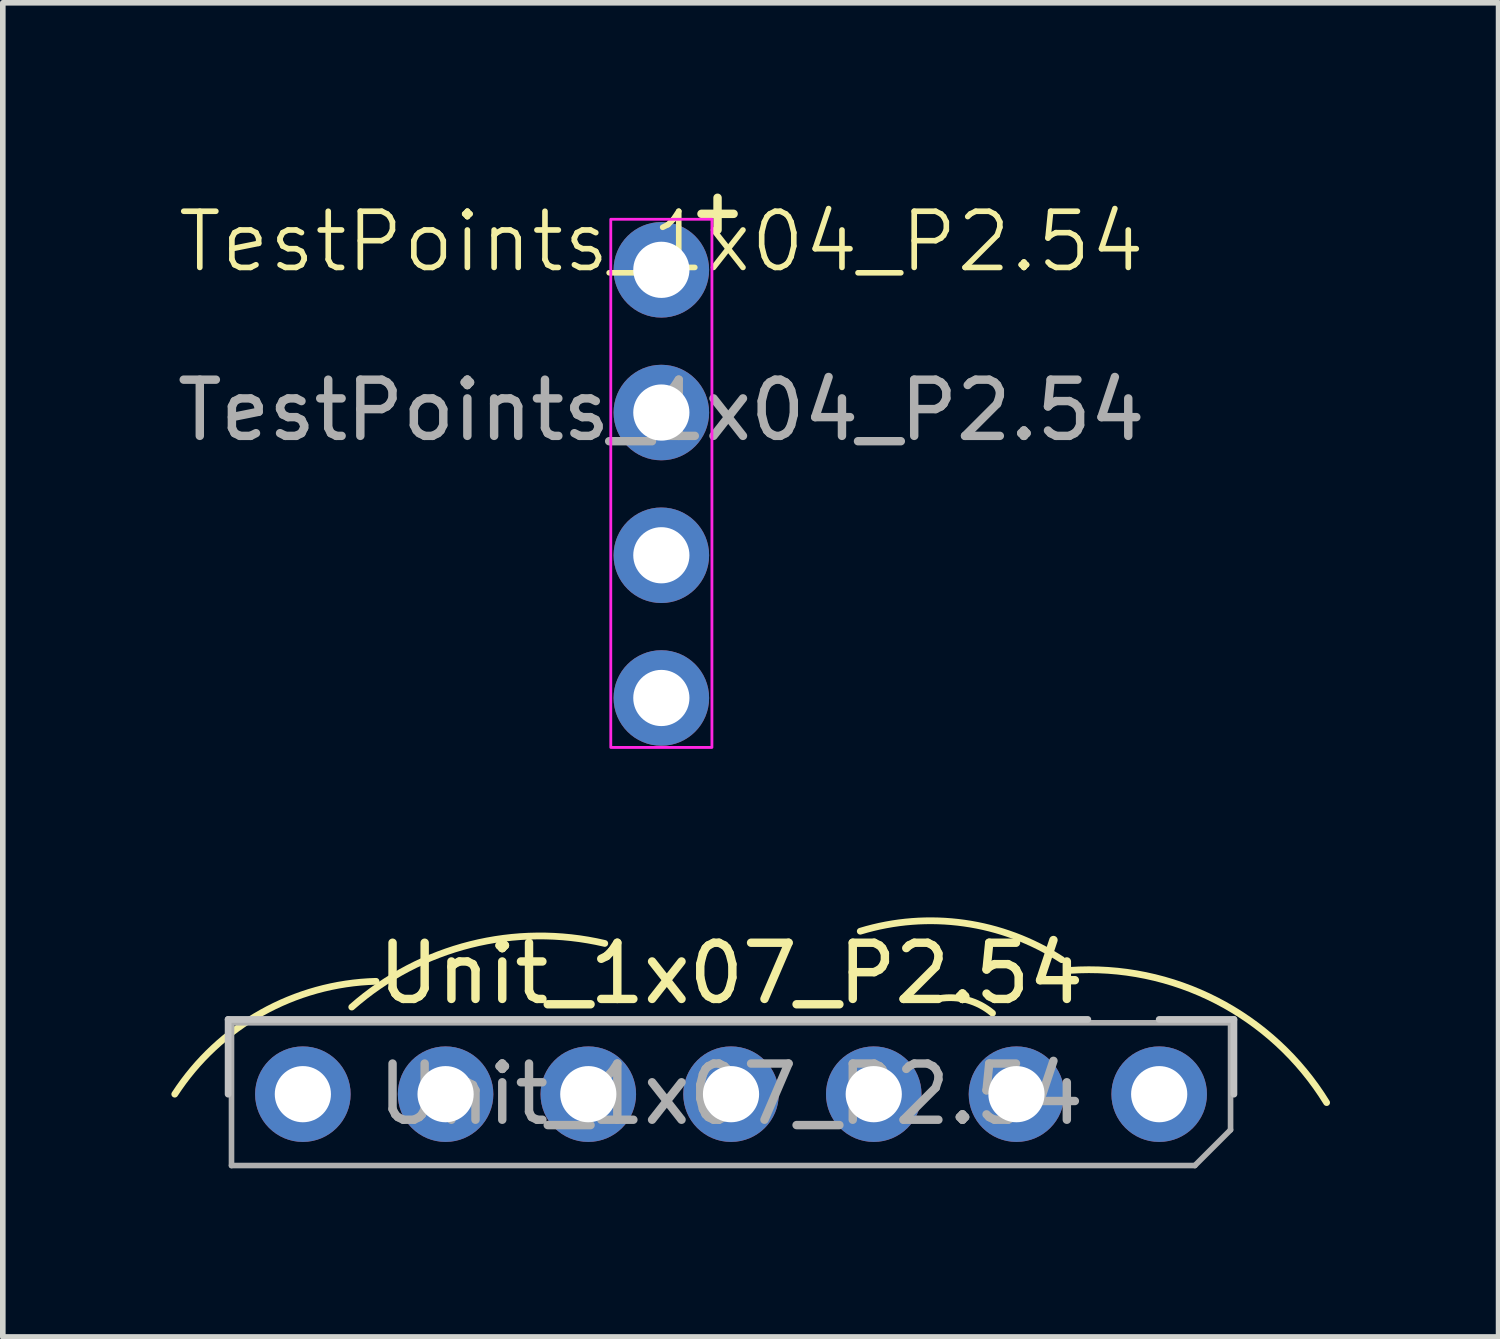
<source format=kicad_pcb>
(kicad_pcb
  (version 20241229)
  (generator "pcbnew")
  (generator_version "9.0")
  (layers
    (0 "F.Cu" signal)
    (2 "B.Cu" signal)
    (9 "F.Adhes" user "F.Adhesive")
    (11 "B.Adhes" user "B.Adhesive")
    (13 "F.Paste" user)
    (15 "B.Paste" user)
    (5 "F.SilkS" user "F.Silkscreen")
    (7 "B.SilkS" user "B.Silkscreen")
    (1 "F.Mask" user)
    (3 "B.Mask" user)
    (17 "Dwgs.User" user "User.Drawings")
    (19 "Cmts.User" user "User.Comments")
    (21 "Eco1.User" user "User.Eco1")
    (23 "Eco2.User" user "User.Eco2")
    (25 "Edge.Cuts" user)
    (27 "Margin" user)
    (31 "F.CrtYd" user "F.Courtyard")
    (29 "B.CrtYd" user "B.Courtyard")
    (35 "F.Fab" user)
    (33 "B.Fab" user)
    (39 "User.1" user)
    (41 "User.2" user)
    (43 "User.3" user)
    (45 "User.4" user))
  (footprint "TestPoints_1x04_P2.54"
    (layer "F.Cu")
    (at 8.72 1.752)
    (property "Reference" "TestPoints_1x04_P2.54" (at 0 -0.5 0) (unlocked yes) (layer "F.SilkS") (effects (font (size 1 1) (thickness 0.1))))
    (attr smd)
    (fp_rect (start -0.9 -0.9) (end 0.9 8.5) (stroke (width 0.05) (type default)) (fill no) (layer "F.CrtYd"))
    (fp_text user "+" (at 1 -1.05 0) (unlocked yes) (layer "F.SilkS") (effects (font (size 0.75 0.75) (thickness 0.15))))
    (fp_text user "${REFERENCE}" (at 0 2.5 0) (unlocked yes) (layer "F.Fab") (effects (font (size 1 1) (thickness 0.15))))
    (pad "1" thru_hole circle (at 0 0) (size 1.7 1.7) (drill 1) (layers "*.Cu" "*.Mask"))
    (pad "2" thru_hole oval (at 0 2.54) (size 1.7 1.7) (drill 1) (layers "*.Cu" "*.Mask"))
    (pad "3" thru_hole oval (at 0 5.08) (size 1.7 1.7) (drill 1) (layers "*.Cu" "*.Mask"))
    (pad "4" thru_hole oval (at 0 7.62) (size 1.7 1.7) (drill 1) (layers "*.Cu" "*.Mask")))
  (footprint "Unit_1x07_P2.54"
    (layer "F.Cu")
    (at 9.96 16.423)
    (property "Reference" "Unit_1x07_P2.54" (at 0 -2.15 0) (unlocked yes) (layer "F.SilkS") (effects (font (size 1 1) (thickness 0.15))))
    (attr through_hole)
    (fp_arc (start -9.9 0) (mid -8.356876 -1.446802) (end -6.317564 -2.008648) (stroke (width 0.12) (type default)) (layer "F.SilkS"))
    (fp_arc (start -6.749999 -1.549999) (mid -4.635874 -2.662748) (end -2.246872 -2.682827) (stroke (width 0.12) (type default)) (layer "F.SilkS"))
    (fp_arc (start 2.3 -2.9) (mid 4.149079 -3.044244) (end 5.885992 -2.393833) (stroke (width 0.12) (type default)) (layer "F.SilkS"))
    (fp_arc (start 3.7 -1.699999) (mid 4.205753 -1.676505) (end 4.653983 -1.441071) (stroke (width 0.12) (type default)) (layer "F.SilkS"))
    (fp_arc (start 6.021694 -2.202612) (mid 8.639735 -1.66634) (end 10.6 0.15) (stroke (width 0.12) (type default)) (layer "F.SilkS"))
    (fp_line (start -8.95 -1.33) (end -8.95 0) (stroke (width 0.12) (type solid)) (layer "Dwgs.User"))
    (fp_line (start 6.35 -1.33) (end -8.95 -1.33) (stroke (width 0.12) (type solid)) (layer "Dwgs.User"))
    (fp_line (start 8.95 -1.33) (end 7.62 -1.33) (stroke (width 0.12) (type solid)) (layer "Dwgs.User"))
    (fp_line (start 8.95 0) (end 8.95 -1.33) (stroke (width 0.12) (type solid)) (layer "Dwgs.User"))
    (fp_line (start -8.89 -1.27) (end 8.89 -1.27) (stroke (width 0.1) (type solid)) (layer "F.Fab"))
    (fp_line (start -8.89 1.27) (end -8.89 -1.27) (stroke (width 0.1) (type solid)) (layer "F.Fab"))
    (fp_line (start 8.255 1.27) (end -8.89 1.27) (stroke (width 0.1) (type solid)) (layer "F.Fab"))
    (fp_line (start 8.89 -1.27) (end 8.89 0.635) (stroke (width 0.1) (type solid)) (layer "F.Fab"))
    (fp_line (start 8.89 0.635) (end 8.255 1.27) (stroke (width 0.1) (type solid)) (layer "F.Fab"))
    (fp_text user "${REFERENCE}" (at 0 0 0) (layer "F.Fab") (effects (font (size 1 1) (thickness 0.15))))
    (pad "1" thru_hole circle (at 7.62 0 270) (size 1.7 1.7) (drill 1) (layers "*.Cu" "*.Mask"))
    (pad "2" thru_hole oval (at 5.08 0 270) (size 1.7 1.7) (drill 1) (layers "*.Cu" "*.Mask"))
    (pad "3" thru_hole oval (at 2.54 0 270) (size 1.7 1.7) (drill 1) (layers "*.Cu" "*.Mask"))
    (pad "4" thru_hole oval (at 0 0 270) (size 1.7 1.7) (drill 1) (layers "*.Cu" "*.Mask"))
    (pad "5" thru_hole oval (at -2.54 0 270) (size 1.7 1.7) (drill 1) (layers "*.Cu" "*.Mask"))
    (pad "6" thru_hole oval (at -5.08 0 270) (size 1.7 1.7) (drill 1) (layers "*.Cu" "*.Mask"))
    (pad "7" thru_hole oval (at -7.62 0 270) (size 1.7 1.7) (drill 1) (layers "*.Cu" "*.Mask")))
  (gr_rect
    (start -3 -3)
    (end 23.62 20.743)
    (stroke (width 0.1) (type default))
    (fill no)
    (layer "Edge.Cuts")))
</source>
